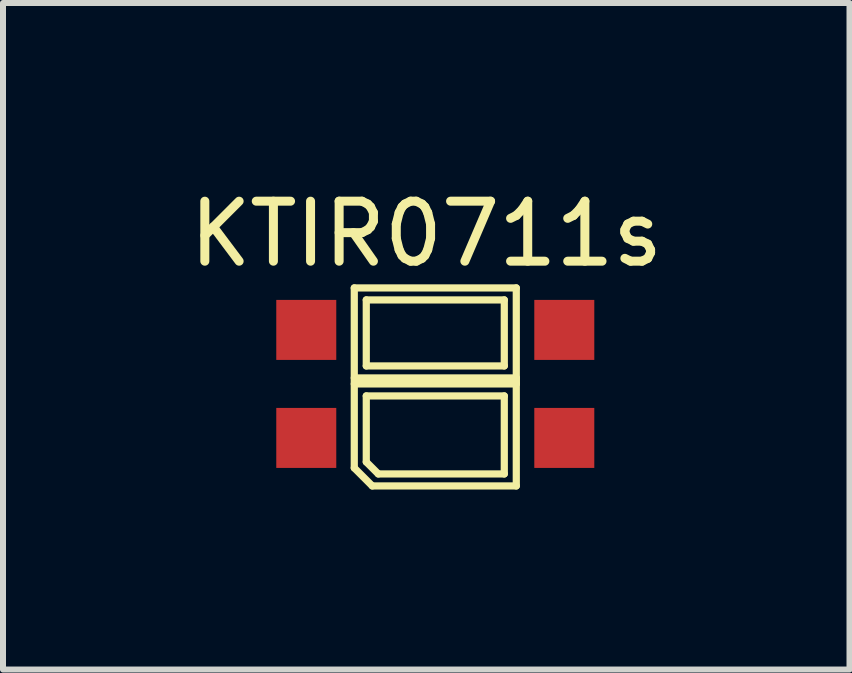
<source format=kicad_pcb>
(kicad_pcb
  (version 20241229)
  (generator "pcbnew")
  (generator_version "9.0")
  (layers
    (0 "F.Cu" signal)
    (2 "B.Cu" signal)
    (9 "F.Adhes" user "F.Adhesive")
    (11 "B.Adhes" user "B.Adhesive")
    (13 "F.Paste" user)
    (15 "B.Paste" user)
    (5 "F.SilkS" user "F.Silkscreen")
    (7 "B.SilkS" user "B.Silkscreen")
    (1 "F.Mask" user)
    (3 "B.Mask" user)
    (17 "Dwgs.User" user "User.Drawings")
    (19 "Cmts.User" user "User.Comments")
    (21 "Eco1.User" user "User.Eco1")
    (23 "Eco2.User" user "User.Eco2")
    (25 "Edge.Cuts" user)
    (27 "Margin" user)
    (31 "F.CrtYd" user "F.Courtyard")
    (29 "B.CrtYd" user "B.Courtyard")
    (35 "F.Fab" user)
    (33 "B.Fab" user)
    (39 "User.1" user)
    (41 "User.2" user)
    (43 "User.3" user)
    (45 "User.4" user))
  (footprint "KTIR0711s"
    (layer "F.Cu")
    (at 4.454 3.948)
    (property "Reference" "KTIR0711s" (at -0.4 -3.1 0) (layer "F.SilkS") (effects (font (size 1 1) (thickness 0.15))))
    (attr through_hole)
    (fp_line (start -1.6 -2.2) (end 1.1 -2.2) (stroke (width 0.12) (type solid)) (layer "F.SilkS"))
    (fp_line (start -1.6 -0.7) (end 1.1 -0.7) (stroke (width 0.12) (type solid)) (layer "F.SilkS"))
    (fp_line (start -1.6 0.8) (end -1.6 -2.2) (stroke (width 0.12) (type solid)) (layer "F.SilkS"))
    (fp_line (start -1.4 -2) (end -1.4 -0.9) (stroke (width 0.12) (type solid)) (layer "F.SilkS"))
    (fp_line (start -1.4 -2) (end 0.9 -2) (stroke (width 0.12) (type solid)) (layer "F.SilkS"))
    (fp_line (start -1.4 -0.9) (end 0.9 -0.9) (stroke (width 0.12) (type solid)) (layer "F.SilkS"))
    (fp_line (start -1.4 -0.4) (end -1.4 0.7) (stroke (width 0.12) (type solid)) (layer "F.SilkS"))
    (fp_line (start -1.4 0.7) (end -1.2 0.9) (stroke (width 0.12) (type solid)) (layer "F.SilkS"))
    (fp_line (start -1.3 1.1) (end -1.6 0.8) (stroke (width 0.12) (type solid)) (layer "F.SilkS"))
    (fp_line (start -1.2 0.9) (end 0.9 0.9) (stroke (width 0.12) (type solid)) (layer "F.SilkS"))
    (fp_line (start 0.9 -0.9) (end 0.9 -2) (stroke (width 0.12) (type solid)) (layer "F.SilkS"))
    (fp_line (start 0.9 -0.4) (end -1.4 -0.4) (stroke (width 0.12) (type solid)) (layer "F.SilkS"))
    (fp_line (start 0.9 0.9) (end 0.9 -0.4) (stroke (width 0.12) (type solid)) (layer "F.SilkS"))
    (fp_line (start 1.1 -2.2) (end 1.1 1.1) (stroke (width 0.12) (type solid)) (layer "F.SilkS"))
    (fp_line (start 1.1 -0.7) (end 1.1 -0.6) (stroke (width 0.12) (type solid)) (layer "F.SilkS"))
    (fp_line (start 1.1 -0.6) (end -1.6 -0.6) (stroke (width 0.12) (type solid)) (layer "F.SilkS"))
    (fp_line (start 1.1 1.1) (end -1.3 1.1) (stroke (width 0.12) (type solid)) (layer "F.SilkS"))
    (pad "1" smd rect (at -2.4 0.3) (size 1 1) (layers "F.Cu" "F.Mask" "F.Paste"))
    (pad "2" smd rect (at -2.4 -1.5) (size 1 1) (layers "F.Cu" "F.Mask" "F.Paste"))
    (pad "3" smd rect (at 1.9 -1.5) (size 1 1) (layers "F.Cu" "F.Mask" "F.Paste"))
    (pad "4" smd rect (at 1.9 0.3) (size 1 1) (layers "F.Cu" "F.Mask" "F.Paste")))
  (gr_rect
    (start -3 -3)
    (end 11.107 8.108)
    (stroke (width 0.1) (type default))
    (fill no)
    (layer "Edge.Cuts")))
</source>
